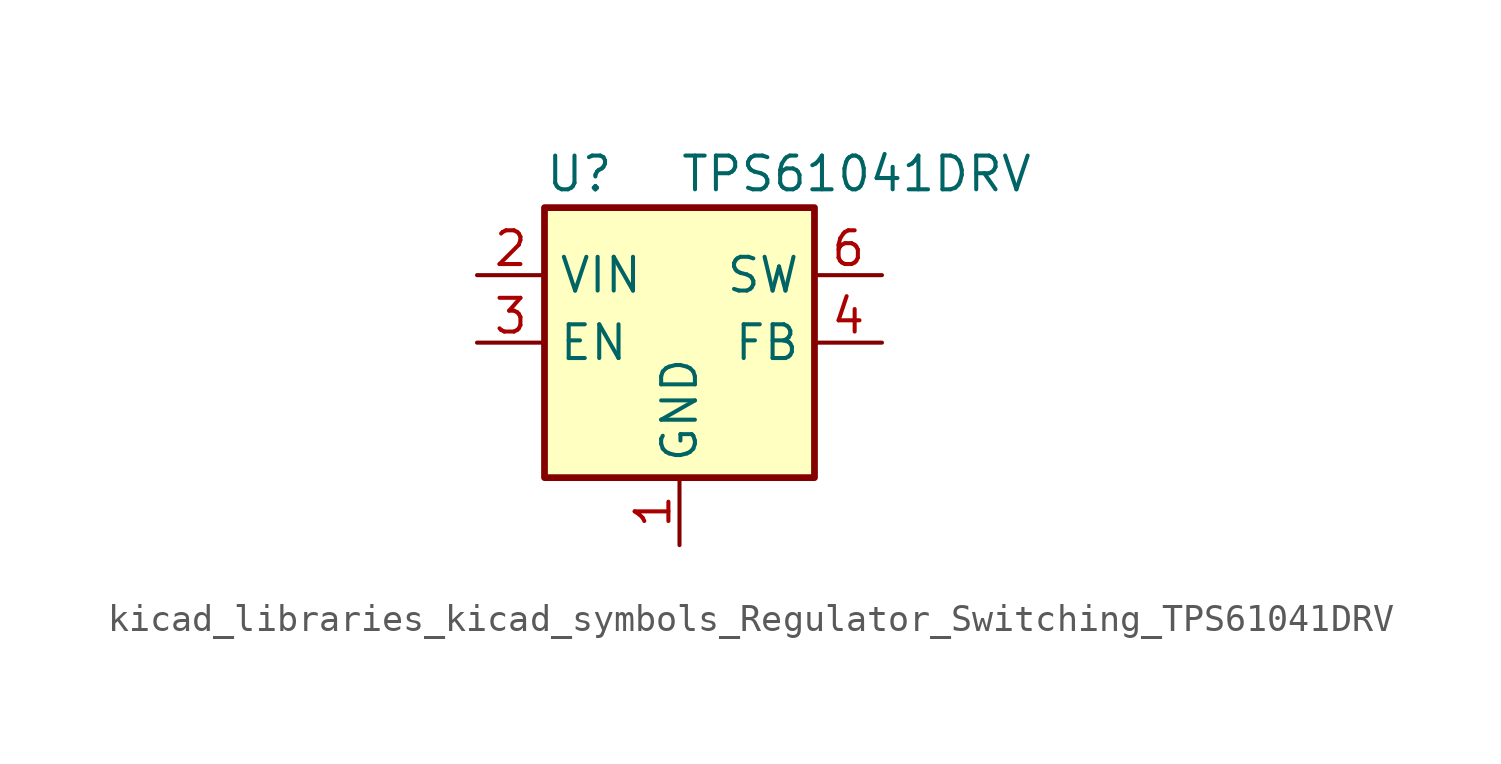
<source format=kicad_sym>
(kicad_symbol_lib
  (version 20220914)
  (generator kicad_symbol_editor)
  (symbol "kicad_libraries_kicad_symbols_Regulator_Switching_TPS61041DRV"
    (property "Reference" "U"
      (at -5.08 6.35 0)
      (effects (font (size 1.27 1.27)) (justify left)))
    (property "Value" "TPS61041DRV"
      (at 0 6.35 0)
      (effects (font (size 1.27 1.27)) (justify left)))
    (symbol "kicad_libraries_kicad_symbols_Regulator_Switching_TPS61041DRV_0_1"
      (rectangle (start -5.08 5.08) (end 5.08 -5.08) (stroke (width 0.254) (type default)) (fill (type background))))
    (symbol "kicad_libraries_kicad_symbols_Regulator_Switching_TPS61041DRV_1_1"
      (pin power_in line (at 0 -7.62 90) (length 2.54) (name "GND" (effects (font (size 1.27 1.27)))) (number "1" (effects (font (size 1.27 1.27)))))
      (pin power_in line (at -7.62 2.54 0) (length 2.54) (name "VIN" (effects (font (size 1.27 1.27)))) (number "2" (effects (font (size 1.27 1.27)))))
      (pin input line (at -7.62 0 0) (length 2.54) (name "EN" (effects (font (size 1.27 1.27)))) (number "3" (effects (font (size 1.27 1.27)))))
      (pin input line (at 7.62 0 180) (length 2.54) (name "FB" (effects (font (size 1.27 1.27)))) (number "4" (effects (font (size 1.27 1.27)))))
      (pin no_connect line (at 5.08 -2.54 180) (length 2.54) hide (name "NC" (effects (font (size 1.27 1.27)))) (number "5" (effects (font (size 1.27 1.27)))))
      (pin power_out line (at 7.62 2.54 180) (length 2.54) (name "SW" (effects (font (size 1.27 1.27)))) (number "6" (effects (font (size 1.27 1.27))))))))
</source>
